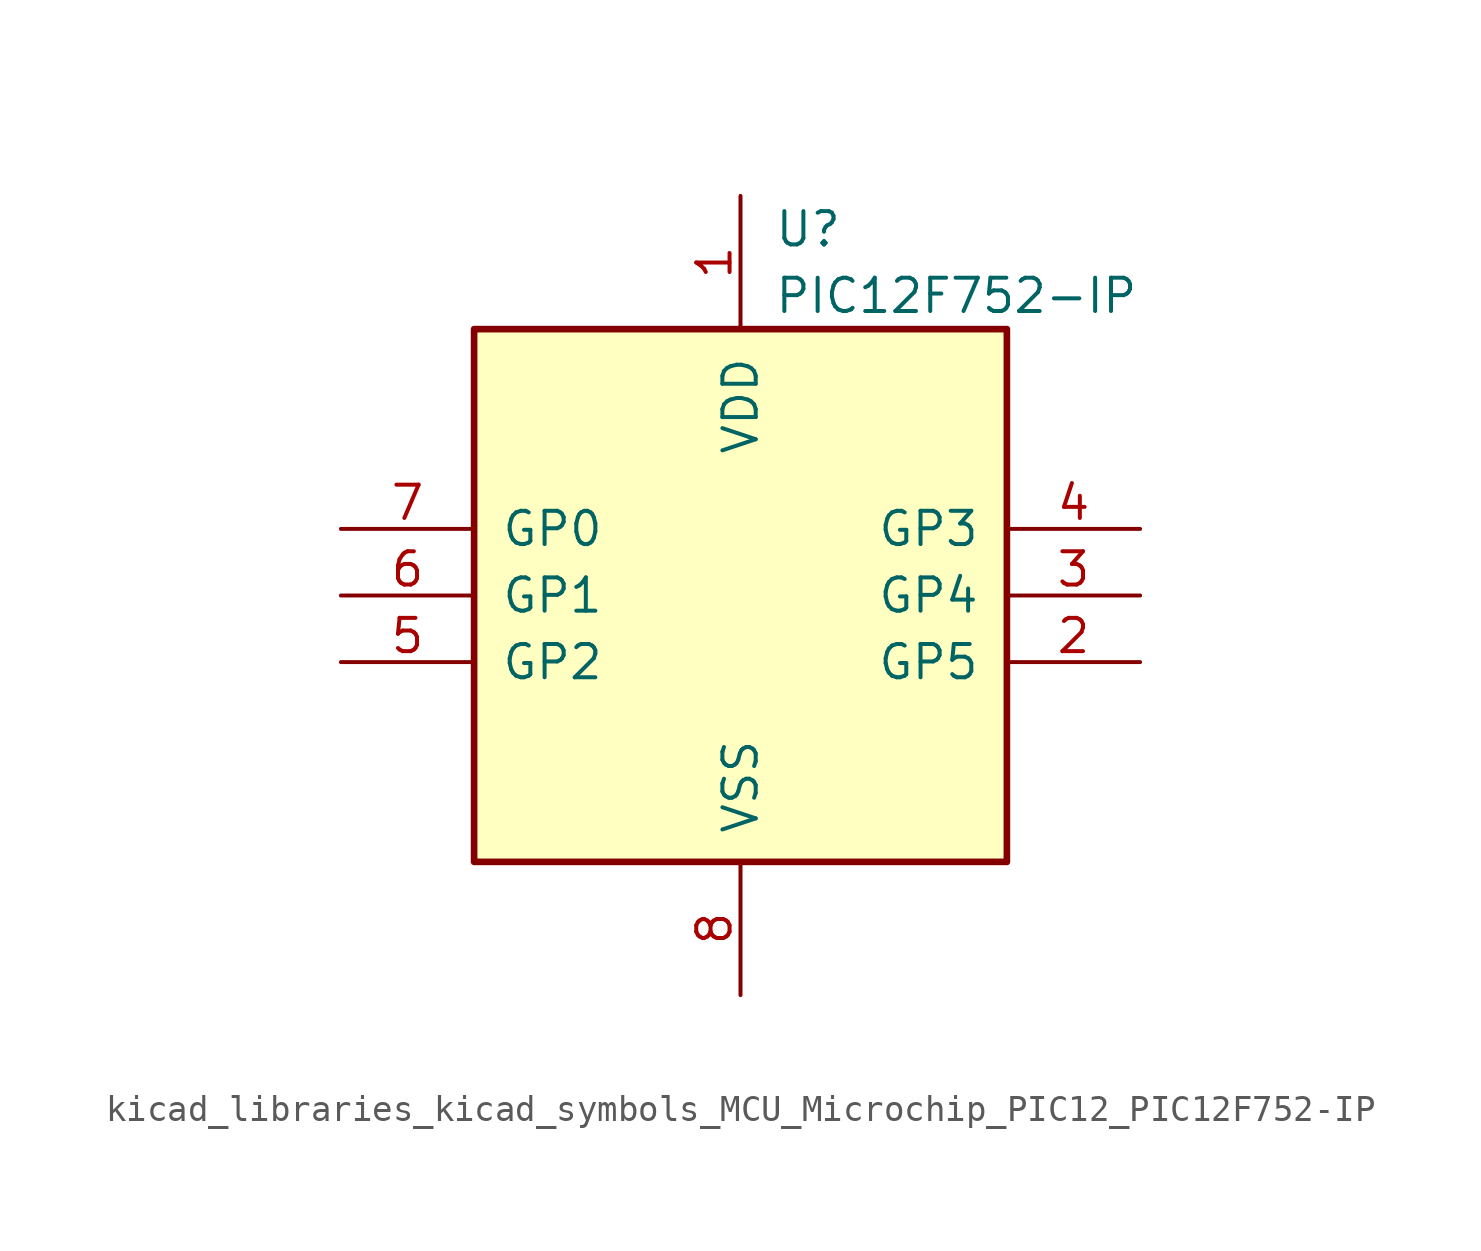
<source format=kicad_sym>
(kicad_symbol_lib
  (version 20220914)
  (generator kicad_symbol_editor)
  (symbol "kicad_libraries_kicad_symbols_MCU_Microchip_PIC12_PIC12F752-IP"
    (pin_names
      (offset 1.016))
    (property "Reference" "U"
      (at 1.27 13.97 0)
      (effects (font (size 1.27 1.27)) (justify left)))
    (property "Value" "PIC12F752-IP"
      (at 1.27 11.43 0)
      (effects (font (size 1.27 1.27)) (justify left)))
    (symbol "kicad_libraries_kicad_symbols_MCU_Microchip_PIC12_PIC12F752-IP_0_1"
      (rectangle (start 10.16 -10.16) (end -10.16 10.16) (stroke (width 0.254) (type default)) (fill (type background))))
    (symbol "kicad_libraries_kicad_symbols_MCU_Microchip_PIC12_PIC12F752-IP_1_1"
      (pin power_in line (at 0 15.24 270) (length 5.08) (name "VDD" (effects (font (size 1.27 1.27)))) (number "1" (effects (font (size 1.27 1.27)))))
      (pin bidirectional line (at 15.24 -2.54 180) (length 5.08) (name "GP5" (effects (font (size 1.27 1.27)))) (number "2" (effects (font (size 1.27 1.27)))))
      (pin bidirectional line (at 15.24 0 180) (length 5.08) (name "GP4" (effects (font (size 1.27 1.27)))) (number "3" (effects (font (size 1.27 1.27)))))
      (pin input line (at 15.24 2.54 180) (length 5.08) (name "GP3" (effects (font (size 1.27 1.27)))) (number "4" (effects (font (size 1.27 1.27)))))
      (pin bidirectional line (at -15.24 -2.54 0) (length 5.08) (name "GP2" (effects (font (size 1.27 1.27)))) (number "5" (effects (font (size 1.27 1.27)))))
      (pin bidirectional line (at -15.24 0 0) (length 5.08) (name "GP1" (effects (font (size 1.27 1.27)))) (number "6" (effects (font (size 1.27 1.27)))))
      (pin bidirectional line (at -15.24 2.54 0) (length 5.08) (name "GP0" (effects (font (size 1.27 1.27)))) (number "7" (effects (font (size 1.27 1.27)))))
      (pin power_in line (at 0 -15.24 90) (length 5.08) (name "VSS" (effects (font (size 1.27 1.27)))) (number "8" (effects (font (size 1.27 1.27))))))))
</source>
